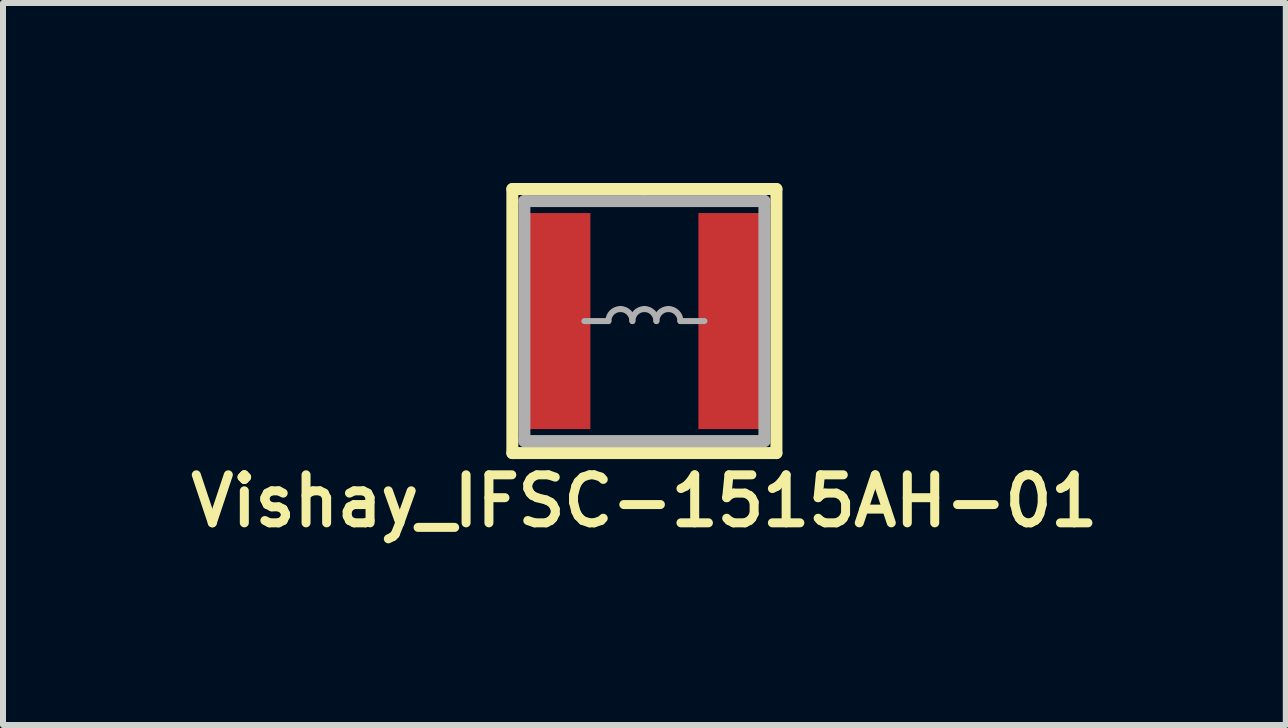
<source format=kicad_pcb>
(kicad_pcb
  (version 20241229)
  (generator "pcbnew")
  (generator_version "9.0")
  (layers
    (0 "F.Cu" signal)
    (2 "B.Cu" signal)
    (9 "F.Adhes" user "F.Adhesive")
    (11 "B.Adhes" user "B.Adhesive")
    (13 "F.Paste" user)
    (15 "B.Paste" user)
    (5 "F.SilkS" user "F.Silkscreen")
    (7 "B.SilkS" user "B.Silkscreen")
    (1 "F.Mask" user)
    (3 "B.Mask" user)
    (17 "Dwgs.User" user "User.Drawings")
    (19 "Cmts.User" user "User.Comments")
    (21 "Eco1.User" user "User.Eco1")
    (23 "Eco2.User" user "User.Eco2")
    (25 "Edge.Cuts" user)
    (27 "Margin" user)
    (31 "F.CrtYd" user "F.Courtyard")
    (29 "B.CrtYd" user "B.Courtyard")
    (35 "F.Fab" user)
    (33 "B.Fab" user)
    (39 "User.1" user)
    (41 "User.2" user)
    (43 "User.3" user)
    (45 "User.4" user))
  (footprint "Vishay_IFSC-1515AH-01"
    (layer "F.Cu")
    (at 7.688 2.3)
    (property "Reference" "Vishay_IFSC-1515AH-01" (at 0 3 0) (layer "F.SilkS") (effects (font (size 0.8 0.8) (thickness 0.15))))
    (attr smd)
    (fp_line (start -2.2 -2.2) (end 0 -2.2) (stroke (width 0.2) (type solid)) (layer "F.SilkS"))
    (fp_line (start -2.2 2.2) (end -2.2 -2.2) (stroke (width 0.2) (type solid)) (layer "F.SilkS"))
    (fp_line (start 0 -2.2) (end 2.2 -2.2) (stroke (width 0.2) (type solid)) (layer "F.SilkS"))
    (fp_line (start 2.2 -2.2) (end 2.2 2.2) (stroke (width 0.2) (type solid)) (layer "F.SilkS"))
    (fp_line (start 2.2 2.2) (end -2.2 2.2) (stroke (width 0.2) (type solid)) (layer "F.SilkS"))
    (fp_line (start -2 -2) (end -2 2) (stroke (width 0.2) (type solid)) (layer "F.Fab"))
    (fp_line (start -2 2) (end 2 2) (stroke (width 0.2) (type solid)) (layer "F.Fab"))
    (fp_line (start -0.6 0) (end -1 0) (stroke (width 0.1) (type solid)) (layer "F.Fab"))
    (fp_line (start 0 -2) (end -2 -2) (stroke (width 0.2) (type solid)) (layer "F.Fab"))
    (fp_line (start 0.6 0) (end 1 0) (stroke (width 0.1) (type solid)) (layer "F.Fab"))
    (fp_line (start 2 -2) (end 0 -2) (stroke (width 0.2) (type solid)) (layer "F.Fab"))
    (fp_line (start 2 2) (end 2 -2) (stroke (width 0.2) (type solid)) (layer "F.Fab"))
    (fp_arc (start -0.6 0) (mid -0.541421 -0.141421) (end -0.4 -0.2) (stroke (width 0.1) (type solid)) (layer "F.Fab"))
    (fp_arc (start -0.4 -0.2) (mid -0.258579 -0.141421) (end -0.2 0) (stroke (width 0.1) (type solid)) (layer "F.Fab"))
    (fp_arc (start -0.2 0) (mid -0.141421 -0.141421) (end 0 -0.2) (stroke (width 0.1) (type solid)) (layer "F.Fab"))
    (fp_arc (start 0 -0.2) (mid 0.141421 -0.141421) (end 0.2 0) (stroke (width 0.1) (type solid)) (layer "F.Fab"))
    (fp_arc (start 0.2 0) (mid 0.258579 -0.141421) (end 0.4 -0.2) (stroke (width 0.1) (type solid)) (layer "F.Fab"))
    (fp_arc (start 0.4 -0.2) (mid 0.541421 -0.141421) (end 0.6 0) (stroke (width 0.1) (type solid)) (layer "F.Fab"))
    (pad "1" smd rect (at -1.475 0) (size 1.15 3.6) (layers "F.Cu" "F.Mask" "F.Paste"))
    (pad "2" smd rect (at 1.475 0) (size 1.15 3.6) (layers "F.Cu" "F.Mask" "F.Paste")))
  (gr_rect
    (start -3 -3)
    (end 18.376 9.031)
    (stroke (width 0.1) (type default))
    (fill no)
    (layer "Edge.Cuts")))
</source>
